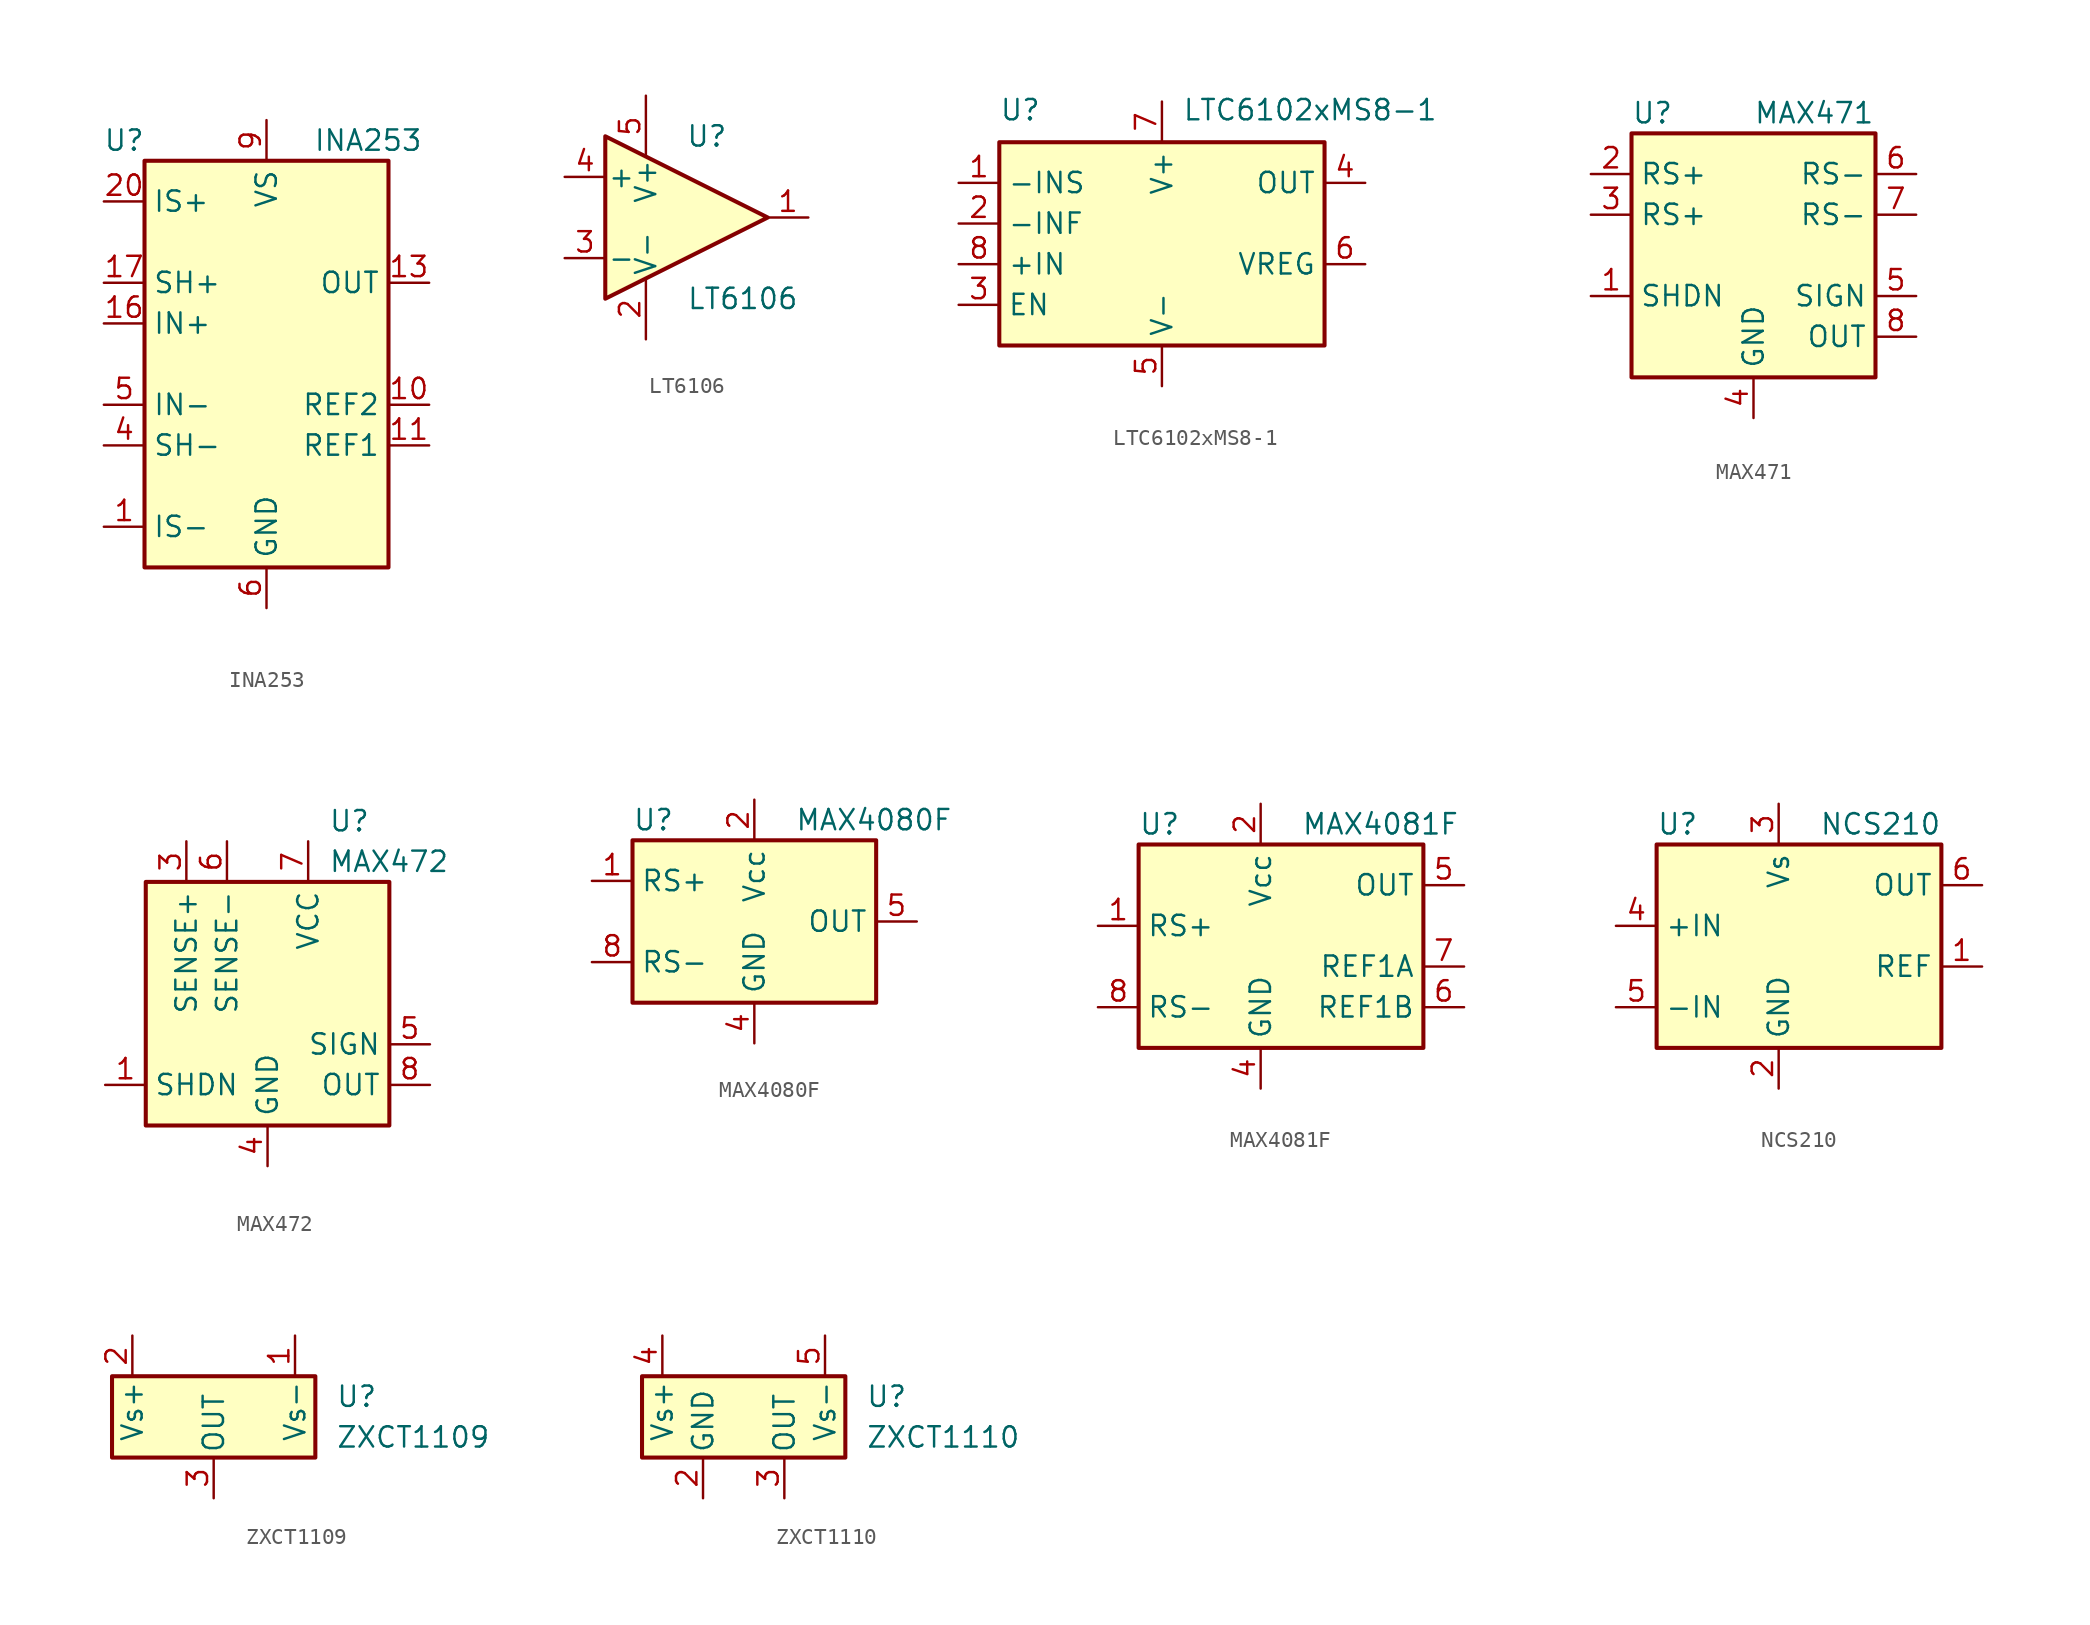
<source format=kicad_sym>
(kicad_symbol_lib
  (version 20220914)
  (generator kicad_symbol_editor)
  (symbol "INA253"
    (property "Reference" "U"
      (at -8.89 13.97 0)
      (effects (font (size 1.27 1.27))))
    (property "Value" "INA253"
      (at 6.35 13.97 0)
      (effects (font (size 1.27 1.27))))
    (symbol "INA253_0_1"
      (rectangle (start -7.62 12.7) (end 7.62 -12.7) (stroke (width 0.254) (type default)) (fill (type background))))
    (symbol "INA253_1_1"
      (pin passive line (at -10.16 -10.16 0) (length 2.54) (name "IS-" (effects (font (size 1.27 1.27)))) (number "1" (effects (font (size 1.27 1.27)))))
      (pin passive line (at 10.16 -2.54 180) (length 2.54) (name "REF2" (effects (font (size 1.27 1.27)))) (number "10" (effects (font (size 1.27 1.27)))))
      (pin passive line (at 10.16 -5.08 180) (length 2.54) (name "REF1" (effects (font (size 1.27 1.27)))) (number "11" (effects (font (size 1.27 1.27)))))
      (pin no_connect line (at 7.62 0 180) (length 2.54) hide (name "NC" (effects (font (size 1.27 1.27)))) (number "12" (effects (font (size 1.27 1.27)))))
      (pin output line (at 10.16 5.08 180) (length 2.54) (name "OUT" (effects (font (size 1.27 1.27)))) (number "13" (effects (font (size 1.27 1.27)))))
      (pin no_connect line (at 7.62 10.16 180) (length 2.54) hide (name "DNC2" (effects (font (size 1.27 1.27)))) (number "14" (effects (font (size 1.27 1.27)))))
      (pin passive line (at 0 -15.24 90) (length 2.54) hide (name "GND" (effects (font (size 1.27 1.27)))) (number "15" (effects (font (size 1.27 1.27)))))
      (pin passive line (at -10.16 2.54 0) (length 2.54) (name "IN+" (effects (font (size 1.27 1.27)))) (number "16" (effects (font (size 1.27 1.27)))))
      (pin passive line (at -10.16 5.08 0) (length 2.54) (name "SH+" (effects (font (size 1.27 1.27)))) (number "17" (effects (font (size 1.27 1.27)))))
      (pin passive line (at -10.16 10.16 0) (length 2.54) hide (name "IS+" (effects (font (size 1.27 1.27)))) (number "18" (effects (font (size 1.27 1.27)))))
      (pin passive line (at -10.16 10.16 0) (length 2.54) hide (name "IS+" (effects (font (size 1.27 1.27)))) (number "19" (effects (font (size 1.27 1.27)))))
      (pin passive line (at -10.16 -10.16 0) (length 2.54) hide (name "IS-" (effects (font (size 1.27 1.27)))) (number "2" (effects (font (size 1.27 1.27)))))
      (pin passive line (at -10.16 10.16 0) (length 2.54) (name "IS+" (effects (font (size 1.27 1.27)))) (number "20" (effects (font (size 1.27 1.27)))))
      (pin passive line (at -10.16 -10.16 0) (length 2.54) hide (name "IS-" (effects (font (size 1.27 1.27)))) (number "3" (effects (font (size 1.27 1.27)))))
      (pin passive line (at -10.16 -5.08 0) (length 2.54) (name "SH-" (effects (font (size 1.27 1.27)))) (number "4" (effects (font (size 1.27 1.27)))))
      (pin passive line (at -10.16 -2.54 0) (length 2.54) (name "IN-" (effects (font (size 1.27 1.27)))) (number "5" (effects (font (size 1.27 1.27)))))
      (pin power_in line (at 0 -15.24 90) (length 2.54) (name "GND" (effects (font (size 1.27 1.27)))) (number "6" (effects (font (size 1.27 1.27)))))
      (pin no_connect line (at 7.62 7.62 180) (length 2.54) hide (name "DNC1" (effects (font (size 1.27 1.27)))) (number "7" (effects (font (size 1.27 1.27)))))
      (pin no_connect line (at 7.62 2.54 180) (length 2.54) hide (name "NC" (effects (font (size 1.27 1.27)))) (number "8" (effects (font (size 1.27 1.27)))))
      (pin power_in line (at 0 15.24 270) (length 2.54) (name "VS" (effects (font (size 1.27 1.27)))) (number "9" (effects (font (size 1.27 1.27)))))))
  (symbol "LT6106"
    (pin_names
      (offset 0.127))
    (property "Reference" "U"
      (at 1.27 5.08 0)
      (effects (font (size 1.27 1.27))))
    (property "Value" "LT6106"
      (at 0 -5.08 0)
      (effects (font (size 1.27 1.27)) (justify left)))
    (symbol "LT6106_0_1"
      (polyline (pts (xy -5.08 5.08) (xy 5.08 0) (xy -5.08 -5.08) (xy -5.08 5.08)) (stroke (width 0.254) (type default)) (fill (type background))))
    (symbol "LT6106_1_1"
      (pin open_collector line (at 7.62 0 180) (length 2.54) (name "~" (effects (font (size 1.27 1.27)))) (number "1" (effects (font (size 1.27 1.27)))))
      (pin power_in line (at -2.54 -7.62 90) (length 3.81) (name "V-" (effects (font (size 1.27 1.27)))) (number "2" (effects (font (size 1.27 1.27)))))
      (pin input line (at -7.62 -2.54 0) (length 2.54) (name "-" (effects (font (size 1.27 1.27)))) (number "3" (effects (font (size 1.27 1.27)))))
      (pin input line (at -7.62 2.54 0) (length 2.54) (name "+" (effects (font (size 1.27 1.27)))) (number "4" (effects (font (size 1.27 1.27)))))
      (pin power_in line (at -2.54 7.62 270) (length 3.81) (name "V+" (effects (font (size 1.27 1.27)))) (number "5" (effects (font (size 1.27 1.27)))))))
  (symbol "LTC6102xMS8-1"
    (property "Reference" "U"
      (at -10.16 8.89 0)
      (effects (font (size 1.27 1.27)) (justify left bottom)))
    (property "Value" "LTC6102xMS8-1"
      (at 1.27 8.89 0)
      (effects (font (size 1.27 1.27)) (justify left bottom)))
    (symbol "LTC6102xMS8-1_0_1"
      (rectangle (start -10.16 7.62) (end 10.16 -5.08) (stroke (width 0.254) (type default)) (fill (type background))))
    (symbol "LTC6102xMS8-1_1_1"
      (pin input line (at -12.7 5.08 0) (length 2.54) (name "-INS" (effects (font (size 1.27 1.27)))) (number "1" (effects (font (size 1.27 1.27)))))
      (pin input line (at -12.7 2.54 0) (length 2.54) (name "-INF" (effects (font (size 1.27 1.27)))) (number "2" (effects (font (size 1.27 1.27)))))
      (pin input line (at -12.7 -2.54 0) (length 2.54) (name "EN" (effects (font (size 1.27 1.27)))) (number "3" (effects (font (size 1.27 1.27)))))
      (pin output line (at 12.7 5.08 180) (length 2.54) (name "OUT" (effects (font (size 1.27 1.27)))) (number "4" (effects (font (size 1.27 1.27)))))
      (pin power_in line (at 0 -7.62 90) (length 2.54) (name "V-" (effects (font (size 1.27 1.27)))) (number "5" (effects (font (size 1.27 1.27)))))
      (pin output line (at 12.7 0 180) (length 2.54) (name "VREG" (effects (font (size 1.27 1.27)))) (number "6" (effects (font (size 1.27 1.27)))))
      (pin power_in line (at 0 10.16 270) (length 2.54) (name "V+" (effects (font (size 1.27 1.27)))) (number "7" (effects (font (size 1.27 1.27)))))
      (pin input line (at -12.7 0 0) (length 2.54) (name "+IN" (effects (font (size 1.27 1.27)))) (number "8" (effects (font (size 1.27 1.27)))))))
  (symbol "MAX471"
    (property "Reference" "U"
      (at -7.62 8.89 0)
      (effects (font (size 1.27 1.27)) (justify left)))
    (property "Value" "MAX471"
      (at 0 8.89 0)
      (effects (font (size 1.27 1.27)) (justify left)))
    (symbol "MAX471_0_1"
      (rectangle (start -7.62 7.62) (end 7.62 -7.62) (stroke (width 0.254) (type default)) (fill (type background))))
    (symbol "MAX471_1_1"
      (pin input line (at -10.16 -2.54 0) (length 2.54) (name "SHDN" (effects (font (size 1.27 1.27)))) (number "1" (effects (font (size 1.27 1.27)))))
      (pin input line (at -10.16 5.08 0) (length 2.54) (name "RS+" (effects (font (size 1.27 1.27)))) (number "2" (effects (font (size 1.27 1.27)))))
      (pin input line (at -10.16 2.54 0) (length 2.54) (name "RS+" (effects (font (size 1.27 1.27)))) (number "3" (effects (font (size 1.27 1.27)))))
      (pin power_in line (at 0 -10.16 90) (length 2.54) (name "GND" (effects (font (size 1.27 1.27)))) (number "4" (effects (font (size 1.27 1.27)))))
      (pin open_collector line (at 10.16 -2.54 180) (length 2.54) (name "SIGN" (effects (font (size 1.27 1.27)))) (number "5" (effects (font (size 1.27 1.27)))))
      (pin input line (at 10.16 5.08 180) (length 2.54) (name "RS-" (effects (font (size 1.27 1.27)))) (number "6" (effects (font (size 1.27 1.27)))))
      (pin input line (at 10.16 2.54 180) (length 2.54) (name "RS-" (effects (font (size 1.27 1.27)))) (number "7" (effects (font (size 1.27 1.27)))))
      (pin output line (at 10.16 -5.08 180) (length 2.54) (name "OUT" (effects (font (size 1.27 1.27)))) (number "8" (effects (font (size 1.27 1.27)))))))
  (symbol "MAX472"
    (property "Reference" "U"
      (at 3.81 11.43 0)
      (effects (font (size 1.27 1.27)) (justify left)))
    (property "Value" "MAX472"
      (at 3.81 8.89 0)
      (effects (font (size 1.27 1.27)) (justify left)))
    (symbol "MAX472_0_1"
      (rectangle (start -7.62 7.62) (end 7.62 -7.62) (stroke (width 0.254) (type default)) (fill (type background))))
    (symbol "MAX472_1_1"
      (pin input line (at -10.16 -5.08 0) (length 2.54) (name "SHDN" (effects (font (size 1.27 1.27)))) (number "1" (effects (font (size 1.27 1.27)))))
      (pin no_connect line (at 7.62 2.54 180) (length 2.54) hide (name "NC" (effects (font (size 1.27 1.27)))) (number "2" (effects (font (size 1.27 1.27)))))
      (pin input line (at -5.08 10.16 270) (length 2.54) (name "SENSE+" (effects (font (size 1.27 1.27)))) (number "3" (effects (font (size 1.27 1.27)))))
      (pin power_in line (at 0 -10.16 90) (length 2.54) (name "GND" (effects (font (size 1.27 1.27)))) (number "4" (effects (font (size 1.27 1.27)))))
      (pin open_collector line (at 10.16 -2.54 180) (length 2.54) (name "SIGN" (effects (font (size 1.27 1.27)))) (number "5" (effects (font (size 1.27 1.27)))))
      (pin input line (at -2.54 10.16 270) (length 2.54) (name "SENSE-" (effects (font (size 1.27 1.27)))) (number "6" (effects (font (size 1.27 1.27)))))
      (pin power_in line (at 2.54 10.16 270) (length 2.54) (name "VCC" (effects (font (size 1.27 1.27)))) (number "7" (effects (font (size 1.27 1.27)))))
      (pin output line (at 10.16 -5.08 180) (length 2.54) (name "OUT" (effects (font (size 1.27 1.27)))) (number "8" (effects (font (size 1.27 1.27)))))))
  (symbol "MAX4080F"
    (property "Reference" "U"
      (at -7.62 6.35 0)
      (effects (font (size 1.27 1.27)) (justify left)))
    (property "Value" "MAX4080F"
      (at 2.54 6.35 0)
      (effects (font (size 1.27 1.27)) (justify left)))
    (symbol "MAX4080F_0_1"
      (rectangle (start -7.62 5.08) (end 7.62 -5.08) (stroke (width 0.254) (type default)) (fill (type background))))
    (symbol "MAX4080F_1_1"
      (pin input line (at -10.16 2.54 0) (length 2.54) (name "RS+" (effects (font (size 1.27 1.27)))) (number "1" (effects (font (size 1.27 1.27)))))
      (pin power_in line (at 0 7.62 270) (length 2.54) (name "Vcc" (effects (font (size 1.27 1.27)))) (number "2" (effects (font (size 1.27 1.27)))))
      (pin no_connect line (at 2.54 -5.08 90) (length 2.54) hide (name "NC" (effects (font (size 1.27 1.27)))) (number "3" (effects (font (size 1.27 1.27)))))
      (pin power_in line (at 0 -7.62 90) (length 2.54) (name "GND" (effects (font (size 1.27 1.27)))) (number "4" (effects (font (size 1.27 1.27)))))
      (pin output line (at 10.16 0 180) (length 2.54) (name "OUT" (effects (font (size 1.27 1.27)))) (number "5" (effects (font (size 1.27 1.27)))))
      (pin no_connect line (at 5.08 -5.08 90) (length 2.54) hide (name "NC" (effects (font (size 1.27 1.27)))) (number "6" (effects (font (size 1.27 1.27)))))
      (pin no_connect line (at 7.62 -5.08 90) (length 2.54) hide (name "NC" (effects (font (size 1.27 1.27)))) (number "7" (effects (font (size 1.27 1.27)))))
      (pin input line (at -10.16 -2.54 0) (length 2.54) (name "RS-" (effects (font (size 1.27 1.27)))) (number "8" (effects (font (size 1.27 1.27)))))))
  (symbol "MAX4081F"
    (property "Reference" "U"
      (at -7.62 8.89 0)
      (effects (font (size 1.27 1.27)) (justify left)))
    (property "Value" "MAX4081F"
      (at 2.54 8.89 0)
      (effects (font (size 1.27 1.27)) (justify left)))
    (symbol "MAX4081F_0_1"
      (rectangle (start -7.62 7.62) (end 10.16 -5.08) (stroke (width 0.254) (type default)) (fill (type background))))
    (symbol "MAX4081F_1_1"
      (pin input line (at -10.16 2.54 0) (length 2.54) (name "RS+" (effects (font (size 1.27 1.27)))) (number "1" (effects (font (size 1.27 1.27)))))
      (pin power_in line (at 0 10.16 270) (length 2.54) (name "Vcc" (effects (font (size 1.27 1.27)))) (number "2" (effects (font (size 1.27 1.27)))))
      (pin no_connect line (at 10.16 2.54 180) (length 2.54) hide (name "NC" (effects (font (size 1.27 1.27)))) (number "3" (effects (font (size 1.27 1.27)))))
      (pin power_in line (at 0 -7.62 90) (length 2.54) (name "GND" (effects (font (size 1.27 1.27)))) (number "4" (effects (font (size 1.27 1.27)))))
      (pin input line (at 12.7 5.08 180) (length 2.54) (name "OUT" (effects (font (size 1.27 1.27)))) (number "5" (effects (font (size 1.27 1.27)))))
      (pin input line (at 12.7 -2.54 180) (length 2.54) (name "REF1B" (effects (font (size 1.27 1.27)))) (number "6" (effects (font (size 1.27 1.27)))))
      (pin input line (at 12.7 0 180) (length 2.54) (name "REF1A" (effects (font (size 1.27 1.27)))) (number "7" (effects (font (size 1.27 1.27)))))
      (pin input line (at -10.16 -2.54 0) (length 2.54) (name "RS-" (effects (font (size 1.27 1.27)))) (number "8" (effects (font (size 1.27 1.27)))))))
  (symbol "NCS210"
    (property "Reference" "U"
      (at -7.62 8.89 0)
      (effects (font (size 1.27 1.27)) (justify left)))
    (property "Value" "NCS210"
      (at 2.54 8.89 0)
      (effects (font (size 1.27 1.27)) (justify left)))
    (symbol "NCS210_0_1"
      (rectangle (start -7.62 7.62) (end 10.16 -5.08) (stroke (width 0.254) (type default)) (fill (type background))))
    (symbol "NCS210_1_1"
      (pin input line (at 12.7 0 180) (length 2.54) (name "REF" (effects (font (size 1.27 1.27)))) (number "1" (effects (font (size 1.27 1.27)))))
      (pin power_in line (at 0 -7.62 90) (length 2.54) (name "GND" (effects (font (size 1.27 1.27)))) (number "2" (effects (font (size 1.27 1.27)))))
      (pin power_in line (at 0 10.16 270) (length 2.54) (name "Vs" (effects (font (size 1.27 1.27)))) (number "3" (effects (font (size 1.27 1.27)))))
      (pin input line (at -10.16 2.54 0) (length 2.54) (name "+IN" (effects (font (size 1.27 1.27)))) (number "4" (effects (font (size 1.27 1.27)))))
      (pin input line (at -10.16 -2.54 0) (length 2.54) (name "-IN" (effects (font (size 1.27 1.27)))) (number "5" (effects (font (size 1.27 1.27)))))
      (pin output line (at 12.7 5.08 180) (length 2.54) (name "OUT" (effects (font (size 1.27 1.27)))) (number "6" (effects (font (size 1.27 1.27)))))))
  (symbol "ZXCT1109"
    (pin_names
      (offset 0.254))
    (property "Reference" "U"
      (at 7.62 1.27 0)
      (effects (font (size 1.27 1.27)) (justify left)))
    (property "Value" "ZXCT1109"
      (at 7.62 -1.27 0)
      (effects (font (size 1.27 1.27)) (justify left)))
    (symbol "ZXCT1109_0_1"
      (rectangle (start -6.35 2.54) (end 6.35 -2.54) (stroke (width 0.254) (type default)) (fill (type background))))
    (symbol "ZXCT1109_1_1"
      (pin input line (at 5.08 5.08 270) (length 2.54) (name "Vs-" (effects (font (size 1.27 1.27)))) (number "1" (effects (font (size 1.27 1.27)))))
      (pin input line (at -5.08 5.08 270) (length 2.54) (name "Vs+" (effects (font (size 1.27 1.27)))) (number "2" (effects (font (size 1.27 1.27)))))
      (pin output line (at 0 -5.08 90) (length 2.54) (name "OUT" (effects (font (size 1.27 1.27)))) (number "3" (effects (font (size 1.27 1.27)))))))
  (symbol "ZXCT1110"
    (pin_names
      (offset 0.254))
    (property "Reference" "U"
      (at 7.62 1.27 0)
      (effects (font (size 1.27 1.27)) (justify left)))
    (property "Value" "ZXCT1110"
      (at 7.62 -1.27 0)
      (effects (font (size 1.27 1.27)) (justify left)))
    (symbol "ZXCT1110_0_1"
      (rectangle (start -6.35 2.54) (end 6.35 -2.54) (stroke (width 0.254) (type default)) (fill (type background))))
    (symbol "ZXCT1110_1_1"
      (pin no_connect line (at 0 2.54 270) (length 2.54) hide (name "NC" (effects (font (size 1.27 1.27)))) (number "1" (effects (font (size 1.27 1.27)))))
      (pin power_in line (at -2.54 -5.08 90) (length 2.54) (name "GND" (effects (font (size 1.27 1.27)))) (number "2" (effects (font (size 1.27 1.27)))))
      (pin output line (at 2.54 -5.08 90) (length 2.54) (name "OUT" (effects (font (size 1.27 1.27)))) (number "3" (effects (font (size 1.27 1.27)))))
      (pin input line (at -5.08 5.08 270) (length 2.54) (name "Vs+" (effects (font (size 1.27 1.27)))) (number "4" (effects (font (size 1.27 1.27)))))
      (pin input line (at 5.08 5.08 270) (length 2.54) (name "Vs-" (effects (font (size 1.27 1.27)))) (number "5" (effects (font (size 1.27 1.27))))))))
</source>
